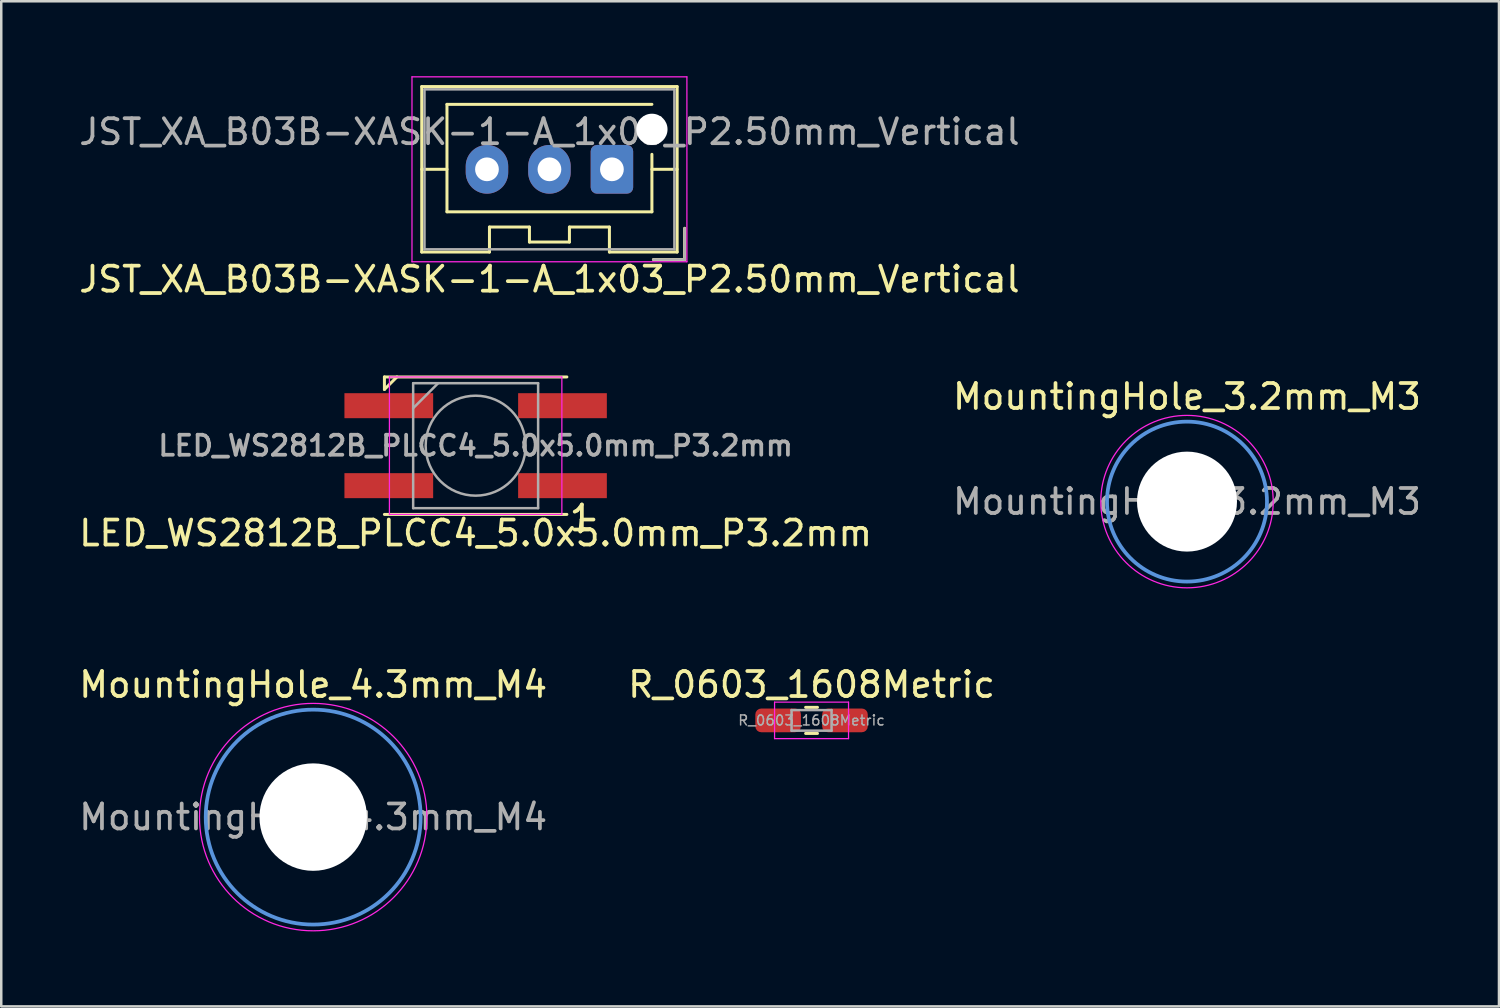
<source format=kicad_pcb>
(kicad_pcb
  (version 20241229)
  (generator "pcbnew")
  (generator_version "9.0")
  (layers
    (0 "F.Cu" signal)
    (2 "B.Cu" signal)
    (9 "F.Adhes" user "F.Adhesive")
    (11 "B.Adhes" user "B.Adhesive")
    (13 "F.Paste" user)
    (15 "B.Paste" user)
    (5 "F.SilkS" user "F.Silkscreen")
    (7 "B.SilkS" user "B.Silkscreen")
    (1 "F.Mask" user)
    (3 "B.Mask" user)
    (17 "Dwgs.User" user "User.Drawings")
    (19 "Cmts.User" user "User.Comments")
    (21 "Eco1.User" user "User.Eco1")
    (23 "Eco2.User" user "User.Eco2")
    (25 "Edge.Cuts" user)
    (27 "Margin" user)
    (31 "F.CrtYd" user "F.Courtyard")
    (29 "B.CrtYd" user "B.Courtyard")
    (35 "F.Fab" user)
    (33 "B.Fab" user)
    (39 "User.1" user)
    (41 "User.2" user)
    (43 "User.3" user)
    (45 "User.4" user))
  (footprint "JST_XA_B03B-XASK-1-A_1x03_P2.50mm_Vertical"
    (layer "F.Cu")
    (at 18.935 3.725)
    (property "Reference" "JST_XA_B03B-XASK-1-A_1x03_P2.50mm_Vertical" (at 0 4.4 180) (layer "F.SilkS") (effects (font (size 1 1) (thickness 0.15))))
    (attr through_hole)
    (fp_line (start -5.11 -3.31) (end -5.11 3.31) (stroke (width 0.12) (type solid)) (layer "F.SilkS"))
    (fp_line (start -5.11 0) (end -4.1 0) (stroke (width 0.12) (type solid)) (layer "F.SilkS"))
    (fp_line (start -5.11 3.31) (end -2.4 3.31) (stroke (width 0.12) (type solid)) (layer "F.SilkS"))
    (fp_line (start -4.1 -2.6) (end 4.1 -2.6) (stroke (width 0.12) (type solid)) (layer "F.SilkS"))
    (fp_line (start -4.1 1.7) (end -4.1 -2.6) (stroke (width 0.12) (type solid)) (layer "F.SilkS"))
    (fp_line (start -2.4 2.31) (end -0.8 2.31) (stroke (width 0.12) (type solid)) (layer "F.SilkS"))
    (fp_line (start -2.4 3.31) (end -2.4 2.31) (stroke (width 0.12) (type solid)) (layer "F.SilkS"))
    (fp_line (start -0.8 2.31) (end -0.8 2.91) (stroke (width 0.12) (type solid)) (layer "F.SilkS"))
    (fp_line (start -0.8 2.91) (end 0.8 2.91) (stroke (width 0.12) (type solid)) (layer "F.SilkS"))
    (fp_line (start 0.8 2.31) (end 2.4 2.31) (stroke (width 0.12) (type solid)) (layer "F.SilkS"))
    (fp_line (start 0.8 2.91) (end 0.8 2.31) (stroke (width 0.12) (type solid)) (layer "F.SilkS"))
    (fp_line (start 2.4 2.31) (end 2.4 3.31) (stroke (width 0.12) (type solid)) (layer "F.SilkS"))
    (fp_line (start 2.4 3.31) (end 5.11 3.31) (stroke (width 0.12) (type solid)) (layer "F.SilkS"))
    (fp_line (start 4.1 -0.6) (end 4.1 1.7) (stroke (width 0.12) (type solid)) (layer "F.SilkS"))
    (fp_line (start 4.1 1.7) (end -4.1 1.7) (stroke (width 0.12) (type solid)) (layer "F.SilkS"))
    (fp_line (start 4.16 3.61) (end 5.41 3.61) (stroke (width 0.12) (type solid)) (layer "F.SilkS"))
    (fp_line (start 5.11 -3.31) (end -5.11 -3.31) (stroke (width 0.12) (type solid)) (layer "F.SilkS"))
    (fp_line (start 5.11 0) (end 4.1 0) (stroke (width 0.12) (type solid)) (layer "F.SilkS"))
    (fp_line (start 5.11 3.31) (end 5.11 -3.31) (stroke (width 0.12) (type solid)) (layer "F.SilkS"))
    (fp_line (start 5.41 3.61) (end 5.41 2.36) (stroke (width 0.12) (type solid)) (layer "F.SilkS"))
    (fp_line (start -5.5 -3.7) (end -5.5 3.7) (stroke (width 0.05) (type solid)) (layer "F.CrtYd"))
    (fp_line (start -5.5 3.7) (end 5.5 3.7) (stroke (width 0.05) (type solid)) (layer "F.CrtYd"))
    (fp_line (start 5.5 -3.7) (end -5.5 -3.7) (stroke (width 0.05) (type solid)) (layer "F.CrtYd"))
    (fp_line (start 5.5 3.7) (end 5.5 -3.7) (stroke (width 0.05) (type solid)) (layer "F.CrtYd"))
    (fp_line (start -5 -3.2) (end -5 3.2) (stroke (width 0.1) (type solid)) (layer "F.Fab"))
    (fp_line (start -5 3.2) (end 5 3.2) (stroke (width 0.1) (type solid)) (layer "F.Fab"))
    (fp_line (start 4.16 3.61) (end 5.41 3.61) (stroke (width 0.1) (type solid)) (layer "F.Fab"))
    (fp_line (start 5 -3.2) (end -5 -3.2) (stroke (width 0.1) (type solid)) (layer "F.Fab"))
    (fp_line (start 5 3.2) (end 5 -3.2) (stroke (width 0.1) (type solid)) (layer "F.Fab"))
    (fp_line (start 5.41 3.61) (end 5.41 2.36) (stroke (width 0.1) (type solid)) (layer "F.Fab"))
    (fp_text user "${REFERENCE}" (at 0 -1.5 180) (layer "F.Fab") (effects (font (size 1 1) (thickness 0.15))))
    (pad "" np_thru_hole circle (at 4.1 -1.6 180) (size 1.25 1.25) (drill 1.25) (layers "*.Cu" "*.Mask"))
    (pad "1" thru_hole roundrect (at 2.5 0 180) (size 1.7 1.95) (drill 0.95) (layers "*.Cu" "*.Mask") (roundrect_rratio 0.147))
    (pad "2" thru_hole oval (at 0 0 180) (size 1.7 1.95) (drill 0.95) (layers "*.Cu" "*.Mask"))
    (pad "3" thru_hole oval (at -2.5 0 180) (size 1.7 1.95) (drill 0.95) (layers "*.Cu" "*.Mask")))
  (footprint "MountingHole_4.3mm_M4"
    (layer "F.Cu")
    (at 9.482 29.645)
    (property "Reference" "MountingHole_4.3mm_M4" (at 0 -5.3 0) (layer "F.SilkS") (effects (font (size 1 1) (thickness 0.15))))
    (attr exclude_from_pos_files exclude_from_bom)
    (fp_circle (center 0 0) (end 4.3 0) (stroke (width 0.15) (type solid)) (fill no) (layer "Cmts.User"))
    (fp_circle (center 0 0) (end 4.55 0) (stroke (width 0.05) (type solid)) (fill no) (layer "F.CrtYd"))
    (fp_text user "${REFERENCE}" (at 0 0 0) (layer "F.Fab") (effects (font (size 1 1) (thickness 0.15))))
    (pad "" np_thru_hole circle (at 0 0) (size 4.3 4.3) (drill 4.3) (layers "*.Cu" "*.Mask"))
    (zone (net_name "") (layers "F.Cu" "B.Cu") (hatch edge 0.508) (connect_pads) (min_thickness 0.254) (filled_areas_thickness no) (keepout (tracks not_allowed) (vias allowed) (pads allowed) (copperpour not_allowed) (footprints allowed)) (placement (enabled no)) (fill) (polygon (pts (xy 13.982 27.645) (xy 13.982 31.645) (xy 11.482 34.145) (xy 7.482 34.145) (xy 4.982 31.645) (xy 4.982 27.645) (xy 7.482 25.145) (xy 11.482 25.145)))))
  (footprint "MountingHole_3.2mm_M3"
    (layer "F.Cu")
    (at 44.446 17.021)
    (property "Reference" "MountingHole_3.2mm_M3" (at 0 -4.2 0) (layer "F.SilkS") (effects (font (size 1 1) (thickness 0.15))))
    (attr exclude_from_pos_files exclude_from_bom)
    (fp_circle (center 0 0) (end 3.2 0) (stroke (width 0.15) (type solid)) (fill no) (layer "Cmts.User"))
    (fp_circle (center 0 0) (end 3.45 0) (stroke (width 0.05) (type solid)) (fill no) (layer "F.CrtYd"))
    (fp_text user "${REFERENCE}" (at 0 0 0) (layer "F.Fab") (effects (font (size 1 1) (thickness 0.15))))
    (pad "" np_thru_hole circle (at 0 0) (size 4 4) (drill 4) (layers "*.Cu" "*.Mask")))
  (footprint "R_0603_1608Metric"
    (layer "F.Cu")
    (at 29.423 25.775)
    (property "Reference" "R_0603_1608Metric" (at 0 -1.43 0) (layer "F.SilkS") (effects (font (size 1 1) (thickness 0.15))))
    (attr smd)
    (fp_line (start -0.237 -0.522) (end 0.237 -0.522) (stroke (width 0.12) (type solid)) (layer "F.SilkS"))
    (fp_line (start -0.237 0.522) (end 0.237 0.522) (stroke (width 0.12) (type solid)) (layer "F.SilkS"))
    (fp_line (start -1.48 -0.73) (end 1.48 -0.73) (stroke (width 0.05) (type solid)) (layer "F.CrtYd"))
    (fp_line (start -1.48 0.73) (end -1.48 -0.73) (stroke (width 0.05) (type solid)) (layer "F.CrtYd"))
    (fp_line (start 1.48 -0.73) (end 1.48 0.73) (stroke (width 0.05) (type solid)) (layer "F.CrtYd"))
    (fp_line (start 1.48 0.73) (end -1.48 0.73) (stroke (width 0.05) (type solid)) (layer "F.CrtYd"))
    (fp_line (start -0.8 -0.412) (end 0.8 -0.412) (stroke (width 0.1) (type solid)) (layer "F.Fab"))
    (fp_line (start -0.8 0.412) (end -0.8 -0.412) (stroke (width 0.1) (type solid)) (layer "F.Fab"))
    (fp_line (start 0.8 -0.412) (end 0.8 0.412) (stroke (width 0.1) (type solid)) (layer "F.Fab"))
    (fp_line (start 0.8 0.412) (end -0.8 0.412) (stroke (width 0.1) (type solid)) (layer "F.Fab"))
    (fp_text user "${REFERENCE}" (at 0 0 0) (layer "F.Fab") (effects (font (size 0.4 0.4) (thickness 0.06))))
    (pad "1" smd roundrect (at -1.337 0) (size 1.825 0.95) (layers "F.Cu" "F.Mask" "F.Paste") (roundrect_rratio 0.25))
    (pad "2" smd roundrect (at 1.337 0) (size 1.825 0.95) (layers "F.Cu" "F.Mask" "F.Paste") (roundrect_rratio 0.25)))
  (footprint "LED_WS2812B_PLCC4_5.0x5.0mm_P3.2mm"
    (layer "F.Cu")
    (at 15.982 14.783)
    (property "Reference" "LED_WS2812B_PLCC4_5.0x5.0mm_P3.2mm" (at 0 3.5 180) (layer "F.SilkS") (effects (font (size 1 1) (thickness 0.15))))
    (attr smd)
    (fp_line (start -3.65 -2.75) (end -3.65 -2.25) (stroke (width 0.12) (type solid)) (layer "F.SilkS"))
    (fp_line (start -3.15 -2.75) (end -3.65 -2.25) (stroke (width 0.12) (type solid)) (layer "F.SilkS"))
    (fp_line (start 3.65 -2.75) (end -3.65 -2.75) (stroke (width 0.12) (type solid)) (layer "F.SilkS"))
    (fp_line (start 3.65 2.75) (end -3.65 2.75) (stroke (width 0.12) (type solid)) (layer "F.SilkS"))
    (fp_line (start -3.45 -2.75) (end -3.45 2.75) (stroke (width 0.05) (type solid)) (layer "F.CrtYd"))
    (fp_line (start -3.45 2.75) (end 3.45 2.75) (stroke (width 0.05) (type solid)) (layer "F.CrtYd"))
    (fp_line (start 3.45 -2.75) (end -3.45 -2.75) (stroke (width 0.05) (type solid)) (layer "F.CrtYd"))
    (fp_line (start 3.45 2.75) (end 3.45 -2.75) (stroke (width 0.05) (type solid)) (layer "F.CrtYd"))
    (fp_line (start -2.5 -2.5) (end -2.5 2.5) (stroke (width 0.1) (type solid)) (layer "F.Fab"))
    (fp_line (start -2.5 -1.5) (end -1.5 -2.5) (stroke (width 0.1) (type solid)) (layer "F.Fab"))
    (fp_line (start -2.5 2.5) (end 2.5 2.5) (stroke (width 0.1) (type solid)) (layer "F.Fab"))
    (fp_line (start 2.5 -2.5) (end -2.5 -2.5) (stroke (width 0.1) (type solid)) (layer "F.Fab"))
    (fp_line (start 2.5 2.5) (end 2.5 -2.5) (stroke (width 0.1) (type solid)) (layer "F.Fab"))
    (fp_circle (center 0 0) (end 0 2) (stroke (width 0.1) (type solid)) (fill no) (layer "F.Fab"))
    (fp_text user "1" (at 4.25 2.9 180) (layer "F.SilkS") (effects (font (size 1 1) (thickness 0.15))))
    (fp_text user "${REFERENCE}" (at 0 0 180) (layer "F.Fab") (effects (font (size 0.8 0.8) (thickness 0.15))))
    (pad "1" smd rect (at 3.475 1.6 180) (size 3.55 1) (layers "F.Cu" "F.Mask" "F.Paste"))
    (pad "2" smd rect (at 3.475 -1.6 180) (size 3.55 1) (layers "F.Cu" "F.Mask" "F.Paste"))
    (pad "3" smd rect (at -3.475 -1.6 180) (size 3.55 1) (layers "F.Cu" "F.Mask" "F.Paste"))
    (pad "4" smd rect (at -3.475 1.6 180) (size 3.55 1) (layers "F.Cu" "F.Mask" "F.Paste")))
  (gr_rect
    (start -3 -3)
    (end 56.929 37.22)
    (stroke (width 0.1) (type default))
    (fill no)
    (layer "Edge.Cuts")))
</source>
